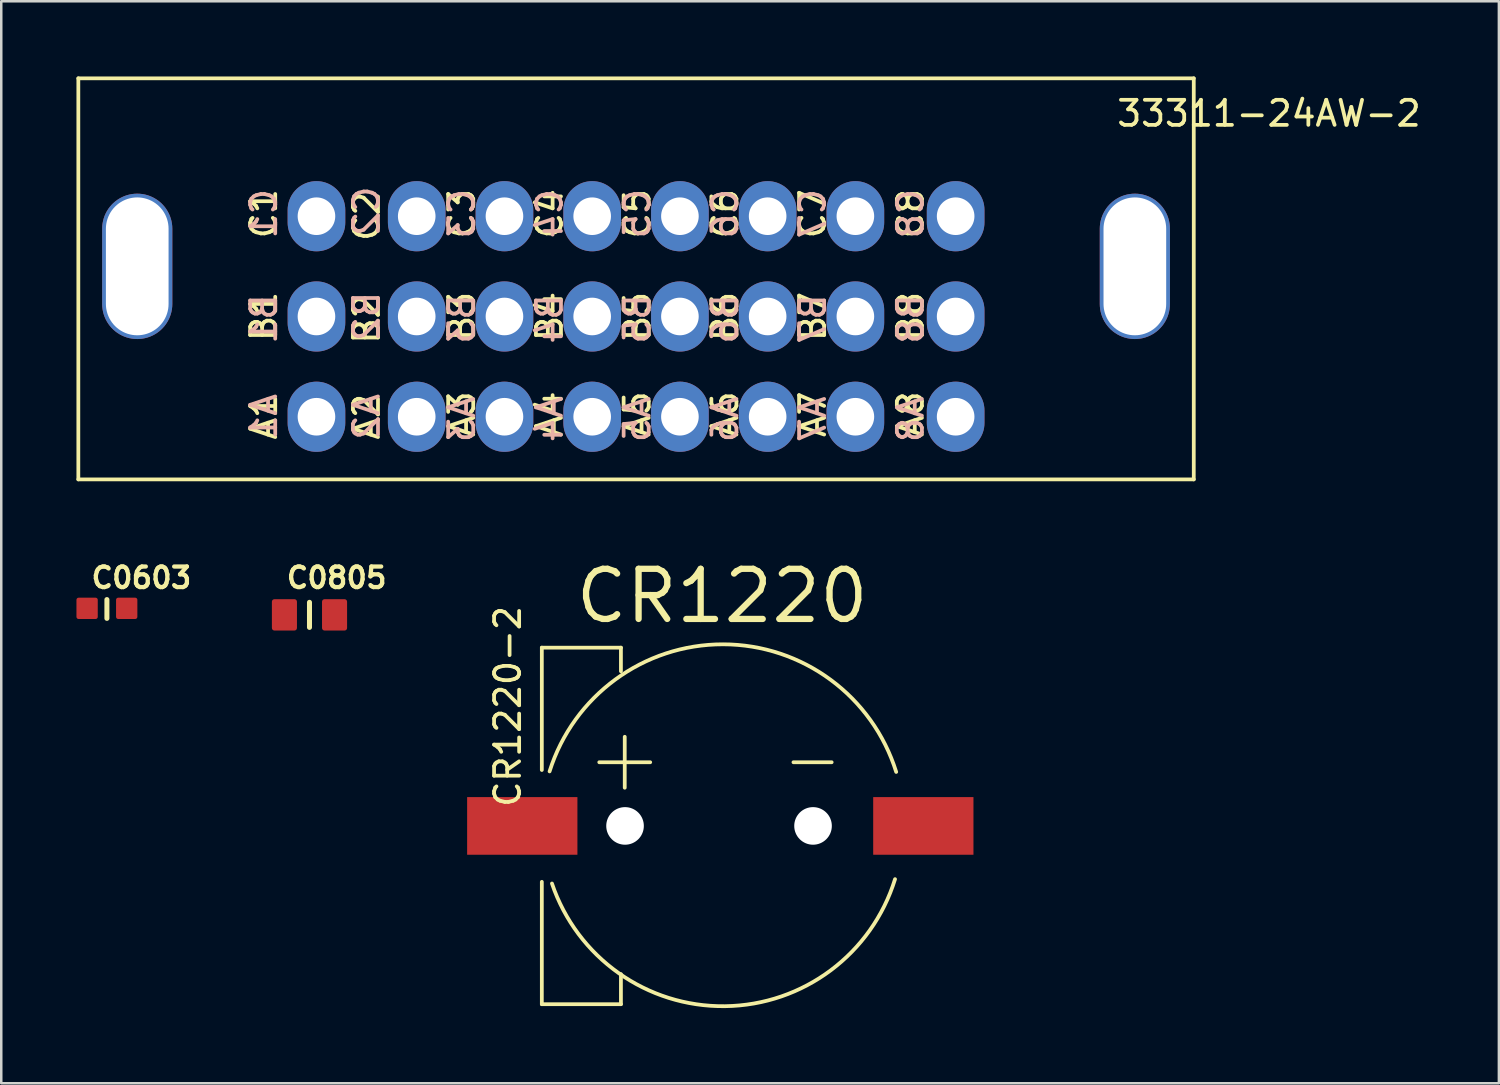
<source format=kicad_pcb>
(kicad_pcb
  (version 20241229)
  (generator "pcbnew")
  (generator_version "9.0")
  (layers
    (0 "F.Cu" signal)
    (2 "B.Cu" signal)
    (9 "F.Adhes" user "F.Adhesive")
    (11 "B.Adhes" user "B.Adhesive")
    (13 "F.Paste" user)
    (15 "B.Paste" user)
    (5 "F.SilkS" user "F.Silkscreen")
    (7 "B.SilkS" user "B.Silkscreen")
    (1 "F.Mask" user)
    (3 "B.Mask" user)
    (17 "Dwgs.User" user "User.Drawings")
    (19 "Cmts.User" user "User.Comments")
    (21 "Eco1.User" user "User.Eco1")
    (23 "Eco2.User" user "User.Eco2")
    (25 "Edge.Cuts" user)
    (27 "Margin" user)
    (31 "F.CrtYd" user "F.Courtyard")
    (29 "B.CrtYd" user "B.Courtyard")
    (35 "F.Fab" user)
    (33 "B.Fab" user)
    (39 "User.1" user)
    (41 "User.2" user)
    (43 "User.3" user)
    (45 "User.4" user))
  (footprint "C0603"
    (layer "F.Cu")
    (at 1.215 21.22)
    (property "Reference" "C0603" (at -0.708 -0.74 0) (unlocked yes) (layer "F.SilkS") (effects (font (size 0.82 0.82) (thickness 0.17)) (justify left bottom)))
    (fp_line (start 0 -0.35) (end 0 0.4) (stroke (width 0.2) (type solid)) (layer "F.SilkS"))
    (pad "1" smd roundrect (at -0.79 0) (size 0.85 0.85) (layers "F.Cu" "F.Mask" "F.Paste") (roundrect_rratio 0.1))
    (pad "2" smd roundrect (at 0.79 0) (size 0.85 0.85) (layers "F.Cu" "F.Mask" "F.Paste") (roundrect_rratio 0.1)))
  (footprint "33311-24AW-2"
    (layer "F.Cu")
    (at 9.575 13.576)
    (property "Reference" "33311-24AW-2" (at 38 -12.1 0) (unlocked yes) (layer "F.SilkS") (effects (font (size 1 1) (thickness 0.15))))
    (attr through_hole)
    (fp_line (start -9.5 -13.501) (end -9.5 2.499) (stroke (width 0.15) (type solid)) (layer "F.SilkS"))
    (fp_line (start -9.5 -13.501) (end 35 -13.501) (stroke (width 0.15) (type solid)) (layer "F.SilkS"))
    (fp_line (start 35 -13.501) (end 35 2.499) (stroke (width 0.15) (type solid)) (layer "F.SilkS"))
    (fp_line (start 35 2.499) (end -9.5 2.499) (stroke (width 0.15) (type solid)) (layer "F.SilkS"))
    (fp_text user "A3" (at 5.8 -0.1 90) (unlocked yes) (layer "F.SilkS") (effects (font (size 1 1) (thickness 0.15))))
    (fp_text user "C7" (at 19.8 -8.1 90) (unlocked yes) (layer "F.SilkS") (effects (font (size 1 1) (thickness 0.15))))
    (fp_text user "B3" (at 5.8 -4 90) (unlocked yes) (layer "F.SilkS") (effects (font (size 1 1) (thickness 0.15))))
    (fp_text user "C2" (at 2 -8 90) (unlocked yes) (layer "F.SilkS") (effects (font (size 1 1) (thickness 0.15))))
    (fp_text user "C5" (at 12.8 -8.1 90) (unlocked yes) (layer "F.SilkS") (effects (font (size 1 1) (thickness 0.15))))
    (fp_text user "B8" (at 23.7 -4 90) (unlocked yes) (layer "F.SilkS") (effects (font (size 1 1) (thickness 0.15))))
    (fp_text user "B5" (at 12.8 -4 90) (unlocked yes) (layer "F.SilkS") (effects (font (size 1 1) (thickness 0.15))))
    (fp_text user "B2" (at 2 -3.9 90) (unlocked yes) (layer "F.SilkS") (effects (font (size 1 1) (thickness 0.15))))
    (fp_text user "A1" (at -2.1 0 90) (unlocked yes) (layer "F.SilkS") (effects (font (size 1 1) (thickness 0.15))))
    (fp_text user "A7" (at 19.8 -0.1 90) (unlocked yes) (layer "F.SilkS") (effects (font (size 1 1) (thickness 0.15))))
    (fp_text user "A4" (at 9.3 -0.1 90) (unlocked yes) (layer "F.SilkS") (effects (font (size 1 1) (thickness 0.15))))
    (fp_text user "B7" (at 19.8 -4 90) (unlocked yes) (layer "F.SilkS") (effects (font (size 1 1) (thickness 0.15))))
    (fp_text user "B4" (at 9.3 -4 90) (unlocked yes) (layer "F.SilkS") (effects (font (size 1 1) (thickness 0.15))))
    (fp_text user "C1" (at -2.1 -8.1 90) (unlocked yes) (layer "F.SilkS") (effects (font (size 1 1) (thickness 0.15))))
    (fp_text user "B1" (at -2.1 -4 90) (unlocked yes) (layer "F.SilkS") (effects (font (size 1 1) (thickness 0.15))))
    (fp_text user "C8" (at 23.7 -8.1 90) (unlocked yes) (layer "F.SilkS") (effects (font (size 1 1) (thickness 0.15))))
    (fp_text user "A8" (at 23.7 -0.1 90) (unlocked yes) (layer "F.SilkS") (effects (font (size 1 1) (thickness 0.15))))
    (fp_text user "C4" (at 9.3 -8.1 90) (unlocked yes) (layer "F.SilkS") (effects (font (size 1 1) (thickness 0.15))))
    (fp_text user "C3" (at 5.8 -8.1 90) (unlocked yes) (layer "F.SilkS") (effects (font (size 1 1) (thickness 0.15))))
    (fp_text user "C6" (at 16.3 -8.1 90) (unlocked yes) (layer "F.SilkS") (effects (font (size 1 1) (thickness 0.15))))
    (fp_text user "A6" (at 16.3 -0.1 90) (unlocked yes) (layer "F.SilkS") (effects (font (size 1 1) (thickness 0.15))))
    (fp_text user "A5" (at 12.8 -0.1 90) (unlocked yes) (layer "F.SilkS") (effects (font (size 1 1) (thickness 0.15))))
    (fp_text user "B6" (at 16.3 -4 90) (unlocked yes) (layer "F.SilkS") (effects (font (size 1 1) (thickness 0.15))))
    (fp_text user "A2" (at 2 0 90) (unlocked yes) (layer "F.SilkS") (effects (font (size 1 1) (thickness 0.15))))
    (fp_text user "B3" (at 5.8 -3.9 90) (unlocked yes) (layer "B.SilkS") (effects (font (size 1 1) (thickness 0.15)) (justify mirror)))
    (fp_text user "C2" (at 2 -8.2 90) (unlocked yes) (layer "B.SilkS") (effects (font (size 1 1) (thickness 0.15)) (justify mirror)))
    (fp_text user "C3" (at 5.8 -8.1 90) (unlocked yes) (layer "B.SilkS") (effects (font (size 1 1) (thickness 0.15)) (justify mirror)))
    (fp_text user "C1" (at -2.1 -8.1 90) (unlocked yes) (layer "B.SilkS") (effects (font (size 1 1) (thickness 0.15)) (justify mirror)))
    (fp_text user "B6" (at 16.3 -3.9 90) (unlocked yes) (layer "B.SilkS") (effects (font (size 1 1) (thickness 0.15)) (justify mirror)))
    (fp_text user "A4" (at 9.3 0.1 90) (unlocked yes) (layer "B.SilkS") (effects (font (size 1 1) (thickness 0.15)) (justify mirror)))
    (fp_text user "C5" (at 12.8 -8.1 90) (unlocked yes) (layer "B.SilkS") (effects (font (size 1 1) (thickness 0.15)) (justify mirror)))
    (fp_text user "B1" (at -2.1 -3.9 90) (unlocked yes) (layer "B.SilkS") (effects (font (size 1 1) (thickness 0.15)) (justify mirror)))
    (fp_text user "B8" (at 23.7 -3.9 90) (unlocked yes) (layer "B.SilkS") (effects (font (size 1 1) (thickness 0.15)) (justify mirror)))
    (fp_text user "C7" (at 19.8 -8.1 90) (unlocked yes) (layer "B.SilkS") (effects (font (size 1 1) (thickness 0.15)) (justify mirror)))
    (fp_text user "A3" (at 5.8 0.1 90) (unlocked yes) (layer "B.SilkS") (effects (font (size 1 1) (thickness 0.15)) (justify mirror)))
    (fp_text user "C4" (at 9.3 -8.1 90) (unlocked yes) (layer "B.SilkS") (effects (font (size 1 1) (thickness 0.15)) (justify mirror)))
    (fp_text user "B7" (at 19.8 -3.9 90) (unlocked yes) (layer "B.SilkS") (effects (font (size 1 1) (thickness 0.15)) (justify mirror)))
    (fp_text user "C6" (at 16.3 -8.1 90) (unlocked yes) (layer "B.SilkS") (effects (font (size 1 1) (thickness 0.15)) (justify mirror)))
    (fp_text user "B5" (at 12.8 -3.9 90) (unlocked yes) (layer "B.SilkS") (effects (font (size 1 1) (thickness 0.15)) (justify mirror)))
    (fp_text user "A6" (at 16.3 0.1 90) (unlocked yes) (layer "B.SilkS") (effects (font (size 1 1) (thickness 0.15)) (justify mirror)))
    (fp_text user "A1" (at -2.1 0 90) (unlocked yes) (layer "B.SilkS") (effects (font (size 1 1) (thickness 0.15)) (justify mirror)))
    (fp_text user "B4" (at 9.3 -3.9 90) (unlocked yes) (layer "B.SilkS") (effects (font (size 1 1) (thickness 0.15)) (justify mirror)))
    (fp_text user "C8" (at 23.7 -8.1 90) (unlocked yes) (layer "B.SilkS") (effects (font (size 1 1) (thickness 0.15)) (justify mirror)))
    (fp_text user "B2" (at 2 -4 90) (unlocked yes) (layer "B.SilkS") (effects (font (size 1 1) (thickness 0.15)) (justify mirror)))
    (fp_text user "A7" (at 19.8 0.1 90) (unlocked yes) (layer "B.SilkS") (effects (font (size 1 1) (thickness 0.15)) (justify mirror)))
    (fp_text user "A5" (at 12.8 0.1 90) (unlocked yes) (layer "B.SilkS") (effects (font (size 1 1) (thickness 0.15)) (justify mirror)))
    (fp_text user "A2" (at 2 0 90) (unlocked yes) (layer "B.SilkS") (effects (font (size 1 1) (thickness 0.15)) (justify mirror)))
    (fp_text user "A8" (at 23.7 0.1 90) (unlocked yes) (layer "B.SilkS") (effects (font (size 1 1) (thickness 0.15)) (justify mirror)))
    (pad "" thru_hole oval (at -7.15 -6 270) (size 5.8 2.8) (drill oval 5.5 2.5) (layers "*.Cu" "*.Mask"))
    (pad "" thru_hole oval (at 32.65 -6 270) (size 5.8 2.8) (drill oval 5.5 2.5) (layers "*.Cu" "*.Mask"))
    (pad "1" thru_hole oval (at 0 0 270) (size 2.8 2.3) (drill 1.5) (layers "*.Cu" "*.Mask"))
    (pad "2" thru_hole oval (at 4 0 270) (size 2.8 2.3) (drill 1.5) (layers "*.Cu" "*.Mask"))
    (pad "3" thru_hole oval (at 7.5 0 270) (size 2.8 2.3) (drill 1.5) (layers "*.Cu" "*.Mask"))
    (pad "4" thru_hole oval (at 11 0 270) (size 2.8 2.3) (drill 1.5) (layers "*.Cu" "*.Mask"))
    (pad "5" thru_hole oval (at 14.5 0 270) (size 2.8 2.3) (drill 1.5) (layers "*.Cu" "*.Mask"))
    (pad "6" thru_hole oval (at 18 0 270) (size 2.8 2.3) (drill 1.5) (layers "*.Cu" "*.Mask"))
    (pad "7" thru_hole oval (at 21.5 0 270) (size 2.8 2.3) (drill 1.5) (layers "*.Cu" "*.Mask"))
    (pad "8" thru_hole oval (at 25.5 0 270) (size 2.8 2.3) (drill 1.5) (layers "*.Cu" "*.Mask"))
    (pad "9" thru_hole oval (at 0 -4 270) (size 2.8 2.3) (drill 1.5) (layers "*.Cu" "*.Mask"))
    (pad "10" thru_hole oval (at 4 -4 270) (size 2.8 2.3) (drill 1.5) (layers "*.Cu" "*.Mask"))
    (pad "11" thru_hole oval (at 7.5 -4 270) (size 2.8 2.3) (drill 1.5) (layers "*.Cu" "*.Mask"))
    (pad "12" thru_hole oval (at 11 -4 270) (size 2.8 2.3) (drill 1.5) (layers "*.Cu" "*.Mask"))
    (pad "13" thru_hole oval (at 14.5 -4 270) (size 2.8 2.3) (drill 1.5) (layers "*.Cu" "*.Mask"))
    (pad "14" thru_hole oval (at 18 -4 270) (size 2.8 2.3) (drill 1.5) (layers "*.Cu" "*.Mask"))
    (pad "15" thru_hole oval (at 21.5 -4 270) (size 2.8 2.3) (drill 1.5) (layers "*.Cu" "*.Mask"))
    (pad "16" thru_hole oval (at 25.5 -4 270) (size 2.8 2.3) (drill 1.5) (layers "*.Cu" "*.Mask"))
    (pad "17" thru_hole oval (at 0 -8 270) (size 2.8 2.3) (drill 1.5) (layers "*.Cu" "*.Mask"))
    (pad "18" thru_hole oval (at 4 -8 270) (size 2.8 2.3) (drill 1.5) (layers "*.Cu" "*.Mask"))
    (pad "19" thru_hole oval (at 7.5 -8 270) (size 2.8 2.3) (drill 1.5) (layers "*.Cu" "*.Mask"))
    (pad "20" thru_hole oval (at 11 -8 270) (size 2.8 2.3) (drill 1.5) (layers "*.Cu" "*.Mask"))
    (pad "21" thru_hole oval (at 14.5 -8 270) (size 2.8 2.3) (drill 1.5) (layers "*.Cu" "*.Mask"))
    (pad "22" thru_hole oval (at 18 -8 270) (size 2.8 2.3) (drill 1.5) (layers "*.Cu" "*.Mask"))
    (pad "23" thru_hole oval (at 21.5 -8 270) (size 2.8 2.3) (drill 1.5) (layers "*.Cu" "*.Mask"))
    (pad "24" thru_hole oval (at 25.5 -8 270) (size 2.8 2.3) (drill 1.5) (layers "*.Cu" "*.Mask")))
  (footprint "CR1220-2"
    (layer "F.Cu")
    (at 25.786 29.9)
    (property "Reference" "CR1220-2" (at -8.58 -4.767 90) (layer "F.SilkS") (effects (font (size 1 1) (thickness 0.15))))
    (attr through_hole)
    (fp_line (start -7.22 -7.112) (end -4.064 -7.112) (stroke (width 0.15) (type solid)) (layer "F.SilkS"))
    (fp_line (start -7.22 -2.231) (end -7.22 -7.112) (stroke (width 0.15) (type solid)) (layer "F.SilkS"))
    (fp_line (start -7.22 7.112) (end -7.22 2.231) (stroke (width 0.15) (type solid)) (layer "F.SilkS"))
    (fp_line (start -7.22 7.112) (end -4.064 7.112) (stroke (width 0.15) (type solid)) (layer "F.SilkS"))
    (fp_line (start -4.928 -2.54) (end -2.896 -2.54) (stroke (width 0.15) (type solid)) (layer "F.SilkS"))
    (fp_line (start -4.064 -6.171) (end -4.064 -7.112) (stroke (width 0.15) (type solid)) (layer "F.SilkS"))
    (fp_line (start -4.064 7.112) (end -4.064 5.912) (stroke (width 0.15) (type solid)) (layer "F.SilkS"))
    (fp_line (start -3.912 -1.524) (end -3.912 -3.556) (stroke (width 0.15) (type solid)) (layer "F.SilkS"))
    (fp_line (start 2.819 -2.54) (end 4.343 -2.54) (stroke (width 0.15) (type solid)) (layer "F.SilkS"))
    (fp_arc (start -6.910975 -2.175107) (mid 0.011086 -7.245248) (end 6.917673 -2.154049) (stroke (width 0.150012) (type solid)) (layer "F.SilkS"))
    (fp_arc (start 6.871548 2.123919) (mid 0.091241 7.191679) (end -6.815371 2.297452) (stroke (width 0.150012) (type solid)) (layer "F.SilkS"))
    (fp_text user "CR1220" (at -6 -8 0) (unlocked yes) (layer "F.SilkS") (effects (font (size 2 2) (thickness 0.25)) (justify left bottom)))
    (pad "" np_thru_hole circle (at -3.9 0) (size 1.5 1.5) (drill 1.5) (layers "*.Cu" "*.Mask"))
    (pad "" np_thru_hole circle (at 3.6 0) (size 1.5 1.5) (drill 1.5) (layers "*.Cu" "*.Mask"))
    (pad "1" smd rect (at -8 0 180) (size 4.4 2.3) (layers "F.Cu" "F.Mask" "F.Paste"))
    (pad "2" smd rect (at 8 0 180) (size 4 2.3) (layers "F.Cu" "F.Mask" "F.Paste")))
  (footprint "C0805"
    (layer "F.Cu")
    (at 9.297 21.48)
    (property "Reference" "C0805" (at -1 -1 0) (unlocked yes) (layer "F.SilkS") (effects (font (size 0.82 0.82) (thickness 0.17)) (justify left bottom)))
    (fp_line (start 0 -0.5) (end 0 0.5) (stroke (width 0.2) (type solid)) (layer "F.SilkS"))
    (pad "1" smd roundrect (at -1 0) (size 1 1.25) (layers "F.Cu" "F.Mask" "F.Paste") (roundrect_rratio 0.1))
    (pad "2" smd roundrect (at 1 0) (size 1 1.25) (layers "F.Cu" "F.Mask" "F.Paste") (roundrect_rratio 0.1)))
  (gr_rect
    (start -3 -3)
    (end 56.748 40.167)
    (stroke (width 0.1) (type default))
    (fill no)
    (layer "Edge.Cuts")))
</source>
